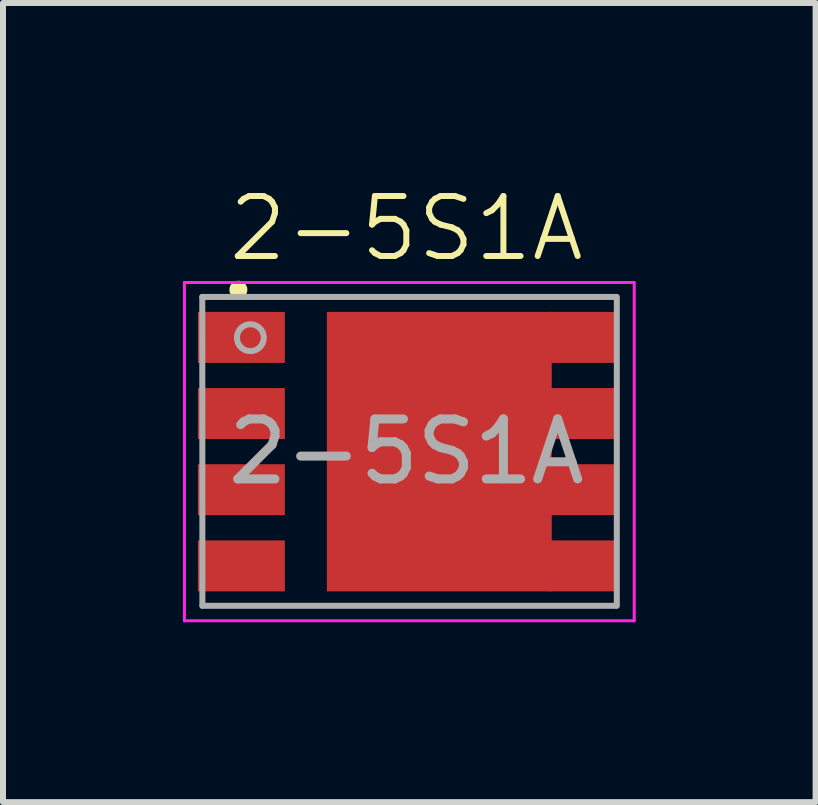
<source format=kicad_pcb>
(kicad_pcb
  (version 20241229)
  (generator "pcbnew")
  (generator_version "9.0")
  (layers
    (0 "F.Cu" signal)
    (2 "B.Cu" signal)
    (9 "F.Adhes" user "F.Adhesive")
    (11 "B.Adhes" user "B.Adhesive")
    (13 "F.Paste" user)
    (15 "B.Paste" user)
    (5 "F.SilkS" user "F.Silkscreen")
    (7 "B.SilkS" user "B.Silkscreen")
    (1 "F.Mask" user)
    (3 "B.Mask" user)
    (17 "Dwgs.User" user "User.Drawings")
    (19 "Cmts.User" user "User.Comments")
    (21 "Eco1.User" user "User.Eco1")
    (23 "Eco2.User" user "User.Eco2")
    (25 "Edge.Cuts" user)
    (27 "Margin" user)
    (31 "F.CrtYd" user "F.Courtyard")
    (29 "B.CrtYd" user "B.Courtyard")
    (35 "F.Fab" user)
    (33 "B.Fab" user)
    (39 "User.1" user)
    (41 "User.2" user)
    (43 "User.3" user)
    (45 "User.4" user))
  (footprint "2-5S1A"
    (layer "F.Cu")
    (at 3.725 4.481)
    (property "Reference" "2-5S1A" (at 0 -3.72 0) (unlocked yes) (layer "F.SilkS") (effects (font (size 1 1) (thickness 0.1))))
    (attr smd)
    (fp_circle (center -2.8 -2.7) (end -2.7 -2.7) (stroke (width 0.1) (type solid)) (fill yes) (layer "F.SilkS"))
    (fp_line (start -3.7 -2.82) (end 3.8 -2.82) (stroke (width 0.05) (type solid)) (layer "F.CrtYd"))
    (fp_line (start -3.7 2.82) (end -3.7 -2.82) (stroke (width 0.05) (type solid)) (layer "F.CrtYd"))
    (fp_line (start 3.8 -2.82) (end 3.8 2.82) (stroke (width 0.05) (type solid)) (layer "F.CrtYd"))
    (fp_line (start 3.8 2.82) (end -3.7 2.82) (stroke (width 0.05) (type solid)) (layer "F.CrtYd"))
    (fp_line (start -3.402 -2.58) (end -3.4 2.57) (stroke (width 0.1) (type solid)) (layer "F.Fab"))
    (fp_line (start -3.402 -2.58) (end 3.5 -2.58) (stroke (width 0.1) (type solid)) (layer "F.Fab"))
    (fp_line (start 3.5 2.57) (end -3.4 2.57) (stroke (width 0.1) (type solid)) (layer "F.Fab"))
    (fp_line (start 3.51 -2.58) (end 3.51 2.57) (stroke (width 0.1) (type solid)) (layer "F.Fab"))
    (fp_circle (center -2.6 -1.9) (end -2.376 -1.9) (stroke (width 0.1) (type solid)) (fill no) (layer "F.Fab"))
    (fp_text user "${REFERENCE}" (at 0 0 0) (unlocked yes) (layer "F.Fab") (effects (font (size 1 1) (thickness 0.15))))
    (pad "" smd rect (at -0.6 -1.725) (size 0.9 0.9) (layers "F.Paste"))
    (pad "" smd rect (at -0.6 -0.575) (size 0.9 0.9) (layers "F.Paste"))
    (pad "" smd rect (at -0.6 0.575) (size 0.9 0.9) (layers "F.Paste"))
    (pad "" smd rect (at -0.6 1.725) (size 0.9 0.9) (layers "F.Paste"))
    (pad "" smd rect (at 0.5 -1.725) (size 0.9 0.9) (layers "F.Paste"))
    (pad "" smd rect (at 0.5 -0.575) (size 0.9 0.9) (layers "F.Paste"))
    (pad "" smd rect (at 0.5 0.575) (size 0.9 0.9) (layers "F.Paste"))
    (pad "" smd rect (at 0.5 1.725) (size 0.9 0.9) (layers "F.Paste"))
    (pad "" smd rect (at 1.6 -1.725) (size 0.9 0.9) (layers "F.Paste"))
    (pad "" smd rect (at 1.6 -0.575) (size 0.9 0.9) (layers "F.Paste"))
    (pad "" smd rect (at 1.6 0.575) (size 0.9 0.9) (layers "F.Paste"))
    (pad "" smd rect (at 1.6 1.725) (size 0.9 0.9) (layers "F.Paste"))
    (pad "1" smd rect (at -2.75 -1.905) (size 1.45 0.85) (layers "F.Cu" "F.Mask" "F.Paste"))
    (pad "2" smd rect (at -2.75 -0.635) (size 1.45 0.85) (layers "F.Cu" "F.Mask" "F.Paste"))
    (pad "3" smd rect (at -2.75 0.635) (size 1.45 0.85) (layers "F.Cu" "F.Mask" "F.Paste"))
    (pad "4" smd rect (at -2.75 1.905) (size 1.45 0.85) (layers "F.Cu" "F.Mask" "F.Paste"))
    (pad "5" smd rect (at 0.55 0) (size 3.75 4.66) (layers "F.Cu" "F.Mask"))
    (pad "5" smd rect (at 2.925 1.905) (size 1.1 0.85) (layers "F.Cu" "F.Mask" "F.Paste"))
    (pad "6" smd rect (at 2.925 0.635) (size 1.1 0.85) (layers "F.Cu" "F.Mask" "F.Paste"))
    (pad "7" smd rect (at 2.925 -0.635) (size 1.1 0.85) (layers "F.Cu" "F.Mask" "F.Paste"))
    (pad "8" smd rect (at 2.925 -1.905) (size 1.1 0.85) (layers "F.Cu" "F.Mask" "F.Paste")))
  (gr_rect
    (start -3 -3)
    (end 10.55 10.325)
    (stroke (width 0.1) (type default))
    (fill no)
    (layer "Edge.Cuts")))
</source>
